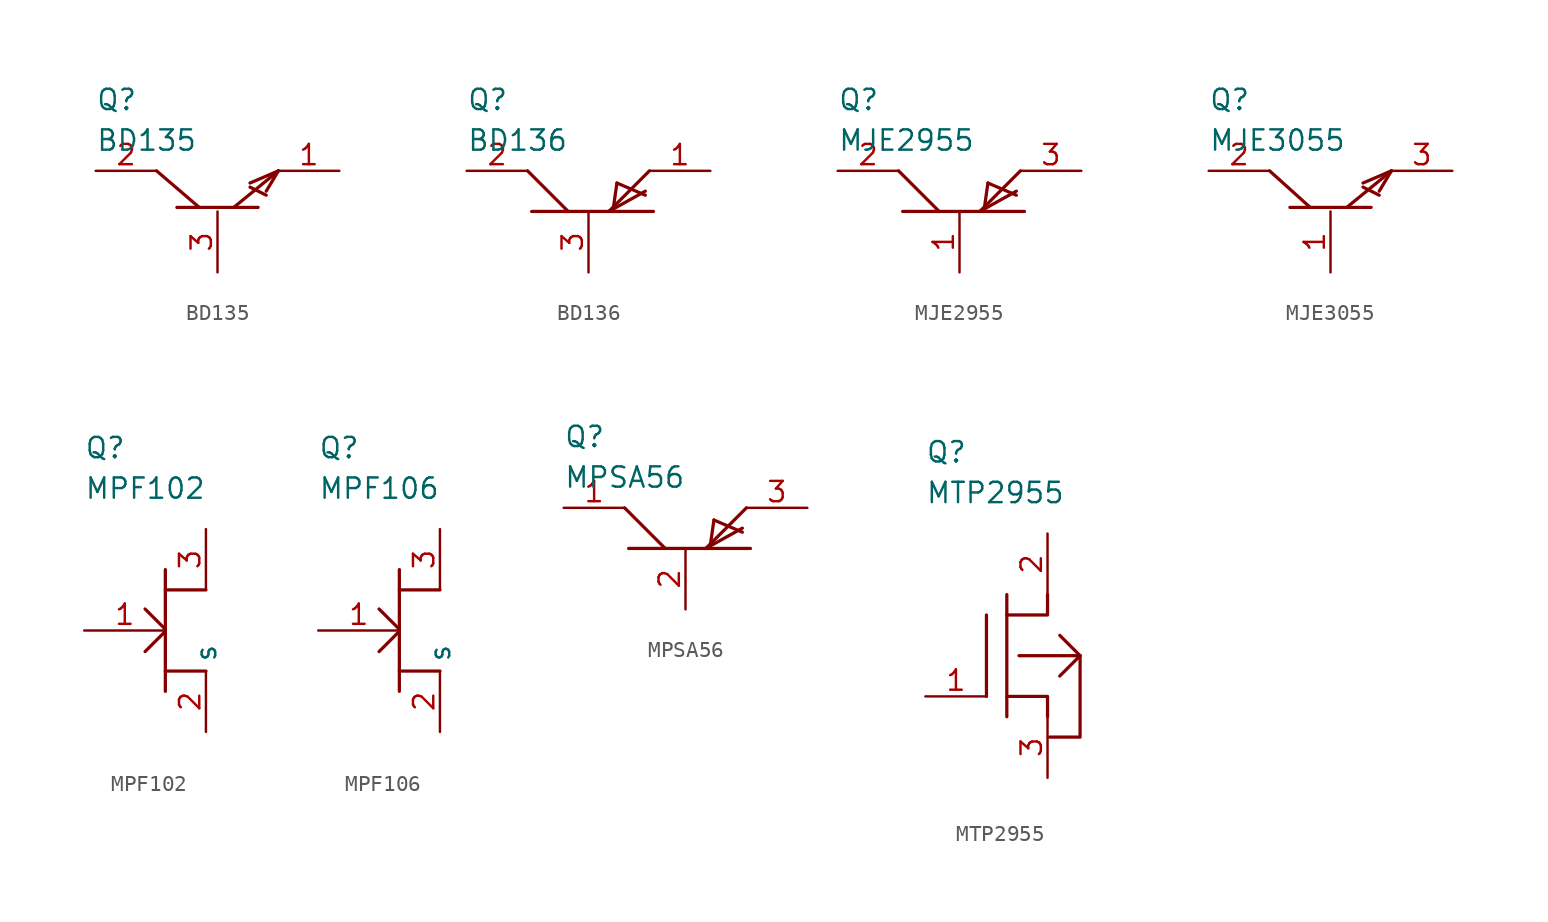
<source format=kicad_sym>
(kicad_symbol_lib
  (version 20211014)
  (generator kicad_symbol_editor)
  (symbol "BD135"
    (property "Reference" "Q"
      (at -7.62 8.255 0)
      (effects (font (size 1.27 1.27)) (justify left)))
    (property "Value" "BD135"
      (at -7.62 5.715 0)
      (effects (font (size 1.27 1.27)) (justify left)))
    (property "ki_locked" ""
      (at 0 0 0)
      (effects (font (size 1.27 1.27))))
    (symbol "BD135_0_0"
      (polyline (pts (xy -2.54 1.524) (xy 2.54 1.524)) (stroke (width 0.203) (type default) (color 0 0 0 0)) (fill (type none)))
      (polyline (pts (xy -1.143 1.524) (xy -3.81 3.81)) (stroke (width 0.203) (type default) (color 0 0 0 0)) (fill (type none)))
      (polyline (pts (xy 1.016 1.524) (xy 3.81 3.81)) (stroke (width 0.203) (type default) (color 0 0 0 0)) (fill (type none)))
      (polyline (pts (xy 2.032 2.794) (xy 3.048 2.286)) (stroke (width 0.203) (type default) (color 0 0 0 0)) (fill (type none)))
      (polyline (pts (xy 2.032 3.048) (xy 3.81 3.81)) (stroke (width 0.203) (type default) (color 0 0 0 0)) (fill (type none)))
      (polyline (pts (xy 3.048 2.54) (xy 3.81 3.81)) (stroke (width 0.203) (type default) (color 0 0 0 0)) (fill (type none))))
    (symbol "BD135_1_0"
      (pin unspecified line (at 7.62 3.81 180) (length 3.81) (name "~" (effects (font (size 1.27 1.27)))) (number "1" (effects (font (size 1.27 1.27)))))
      (pin unspecified line (at -7.62 3.81 0) (length 3.81) (name "~" (effects (font (size 1.27 1.27)))) (number "2" (effects (font (size 1.27 1.27)))))
      (pin unspecified line (at 0 -2.54 90) (length 3.81) (name "~" (effects (font (size 1.27 1.27)))) (number "3" (effects (font (size 1.27 1.27)))))))
  (symbol "BD136"
    (property "Reference" "Q"
      (at -7.62 8.255 0)
      (effects (font (size 1.27 1.27)) (justify left)))
    (property "Value" "BD136"
      (at -7.62 5.715 0)
      (effects (font (size 1.27 1.27)) (justify left)))
    (property "ki_locked" ""
      (at 0 0 0)
      (effects (font (size 1.27 1.27))))
    (symbol "BD136_0_0"
      (polyline (pts (xy -3.556 1.27) (xy 4.064 1.27)) (stroke (width 0.203) (type default) (color 0 0 0 0)) (fill (type none)))
      (polyline (pts (xy -1.27 1.27) (xy -3.81 3.81)) (stroke (width 0.203) (type default) (color 0 0 0 0)) (fill (type none)))
      (polyline (pts (xy 1.27 1.27) (xy 3.81 3.81)) (stroke (width 0.203) (type default) (color 0 0 0 0)) (fill (type none)))
      (polyline (pts (xy 1.778 3.048) (xy 1.524 1.27)) (stroke (width 0.203) (type default) (color 0 0 0 0)) (fill (type none)))
      (polyline (pts (xy 1.778 3.048) (xy 3.556 2.286)) (stroke (width 0.203) (type default) (color 0 0 0 0)) (fill (type none)))
      (polyline (pts (xy 3.556 2.54) (xy 1.27 1.27)) (stroke (width 0.203) (type default) (color 0 0 0 0)) (fill (type none))))
    (symbol "BD136_1_0"
      (pin unspecified line (at 7.62 3.81 180) (length 3.81) (name "~" (effects (font (size 1.27 1.27)))) (number "1" (effects (font (size 1.27 1.27)))))
      (pin unspecified line (at -7.62 3.81 0) (length 3.81) (name "~" (effects (font (size 1.27 1.27)))) (number "2" (effects (font (size 1.27 1.27)))))
      (pin unspecified line (at 0 -2.54 90) (length 3.81) (name "~" (effects (font (size 1.27 1.27)))) (number "3" (effects (font (size 1.27 1.27)))))))
  (symbol "MJE2955"
    (property "Reference" "Q"
      (at -7.62 8.255 0)
      (effects (font (size 1.27 1.27)) (justify left)))
    (property "Value" "MJE2955"
      (at -7.62 5.715 0)
      (effects (font (size 1.27 1.27)) (justify left)))
    (property "ki_locked" ""
      (at 0 0 0)
      (effects (font (size 1.27 1.27))))
    (symbol "MJE2955_0_0"
      (polyline (pts (xy -3.556 1.27) (xy 4.064 1.27)) (stroke (width 0.203) (type default) (color 0 0 0 0)) (fill (type none)))
      (polyline (pts (xy -1.27 1.27) (xy -3.81 3.81)) (stroke (width 0.203) (type default) (color 0 0 0 0)) (fill (type none)))
      (polyline (pts (xy 1.27 1.27) (xy 3.81 3.81)) (stroke (width 0.203) (type default) (color 0 0 0 0)) (fill (type none)))
      (polyline (pts (xy 1.778 3.048) (xy 1.524 1.27)) (stroke (width 0.203) (type default) (color 0 0 0 0)) (fill (type none)))
      (polyline (pts (xy 1.778 3.048) (xy 3.556 2.286)) (stroke (width 0.203) (type default) (color 0 0 0 0)) (fill (type none)))
      (polyline (pts (xy 3.556 2.54) (xy 1.27 1.27)) (stroke (width 0.203) (type default) (color 0 0 0 0)) (fill (type none))))
    (symbol "MJE2955_1_0"
      (pin unspecified line (at 0 -2.54 90) (length 3.81) (name "~" (effects (font (size 1.27 1.27)))) (number "1" (effects (font (size 1.27 1.27)))))
      (pin unspecified line (at -7.62 3.81 0) (length 3.81) (name "~" (effects (font (size 1.27 1.27)))) (number "2" (effects (font (size 1.27 1.27)))))
      (pin unspecified line (at 7.62 3.81 180) (length 3.81) (name "~" (effects (font (size 1.27 1.27)))) (number "3" (effects (font (size 1.27 1.27)))))))
  (symbol "MJE3055"
    (property "Reference" "Q"
      (at -7.62 8.255 0)
      (effects (font (size 1.27 1.27)) (justify left)))
    (property "Value" "MJE3055"
      (at -7.62 5.715 0)
      (effects (font (size 1.27 1.27)) (justify left)))
    (property "ki_locked" ""
      (at 0 0 0)
      (effects (font (size 1.27 1.27))))
    (symbol "MJE3055_0_0"
      (polyline (pts (xy -2.54 1.524) (xy 2.54 1.524)) (stroke (width 0.203) (type default) (color 0 0 0 0)) (fill (type none)))
      (polyline (pts (xy -1.27 1.524) (xy -3.81 3.81)) (stroke (width 0.203) (type default) (color 0 0 0 0)) (fill (type none)))
      (polyline (pts (xy 1.016 1.524) (xy 3.81 3.81)) (stroke (width 0.203) (type default) (color 0 0 0 0)) (fill (type none)))
      (polyline (pts (xy 2.032 2.794) (xy 3.048 2.286)) (stroke (width 0.203) (type default) (color 0 0 0 0)) (fill (type none)))
      (polyline (pts (xy 2.032 3.048) (xy 3.81 3.81)) (stroke (width 0.203) (type default) (color 0 0 0 0)) (fill (type none)))
      (polyline (pts (xy 3.048 2.54) (xy 3.81 3.81)) (stroke (width 0.203) (type default) (color 0 0 0 0)) (fill (type none))))
    (symbol "MJE3055_1_0"
      (pin unspecified line (at 0 -2.54 90) (length 3.81) (name "~" (effects (font (size 1.27 1.27)))) (number "1" (effects (font (size 1.27 1.27)))))
      (pin unspecified line (at -7.62 3.81 0) (length 3.81) (name "~" (effects (font (size 1.27 1.27)))) (number "2" (effects (font (size 1.27 1.27)))))
      (pin unspecified line (at 7.62 3.81 180) (length 3.81) (name "~" (effects (font (size 1.27 1.27)))) (number "3" (effects (font (size 1.27 1.27)))))))
  (symbol "MPF102"
    (property "Reference" "Q"
      (at -3.81 11.43 0)
      (effects (font (size 1.27 1.27)) (justify left)))
    (property "Value" "MPF102"
      (at -3.81 8.89 0)
      (effects (font (size 1.27 1.27)) (justify left)))
    (property "ki_locked" ""
      (at 0 0 0)
      (effects (font (size 1.27 1.27))))
    (symbol "MPF102_0_0"
      (polyline (pts (xy 0 -1.321) (xy 1.27 -0.051)) (stroke (width 0.203) (type default) (color 0 0 0 0)) (fill (type none)))
      (polyline (pts (xy 0 1.346) (xy 1.27 0.076)) (stroke (width 0.203) (type default) (color 0 0 0 0)) (fill (type none)))
      (polyline (pts (xy 1.27 3.81) (xy 1.27 -3.81)) (stroke (width 0.203) (type default) (color 0 0 0 0)) (fill (type none)))
      (polyline (pts (xy 3.81 -2.54) (xy 1.27 -2.54)) (stroke (width 0.203) (type default) (color 0 0 0 0)) (fill (type none)))
      (polyline (pts (xy 3.81 2.54) (xy 1.27 2.54)) (stroke (width 0.203) (type default) (color 0 0 0 0)) (fill (type none))))
    (symbol "MPF102_1_0"
      (pin unspecified line (at -3.81 0 0) (length 5.08) (name "~" (effects (font (size 1.27 1.27)))) (number "1" (effects (font (size 1.27 1.27)))))
      (pin unspecified line (at 3.81 -6.35 90) (length 3.81) (name "s" (effects (font (size 1.27 1.27)))) (number "2" (effects (font (size 1.27 1.27)))))
      (pin unspecified line (at 3.81 6.35 270) (length 3.81) (name "~" (effects (font (size 1.27 1.27)))) (number "3" (effects (font (size 1.27 1.27)))))))
  (symbol "MPF106"
    (property "Reference" "Q"
      (at -3.81 11.43 0)
      (effects (font (size 1.27 1.27)) (justify left)))
    (property "Value" "MPF106"
      (at -3.81 8.89 0)
      (effects (font (size 1.27 1.27)) (justify left)))
    (property "ki_locked" ""
      (at 0 0 0)
      (effects (font (size 1.27 1.27))))
    (symbol "MPF106_0_0"
      (polyline (pts (xy 0 -1.321) (xy 1.27 -0.051)) (stroke (width 0.203) (type default) (color 0 0 0 0)) (fill (type none)))
      (polyline (pts (xy 0 1.346) (xy 1.27 0.076)) (stroke (width 0.203) (type default) (color 0 0 0 0)) (fill (type none)))
      (polyline (pts (xy 1.27 3.81) (xy 1.27 -3.81)) (stroke (width 0.203) (type default) (color 0 0 0 0)) (fill (type none)))
      (polyline (pts (xy 3.81 -2.54) (xy 1.27 -2.54)) (stroke (width 0.203) (type default) (color 0 0 0 0)) (fill (type none)))
      (polyline (pts (xy 3.81 2.54) (xy 1.27 2.54)) (stroke (width 0.203) (type default) (color 0 0 0 0)) (fill (type none))))
    (symbol "MPF106_1_0"
      (pin unspecified line (at -3.81 0 0) (length 5.08) (name "~" (effects (font (size 1.27 1.27)))) (number "1" (effects (font (size 1.27 1.27)))))
      (pin unspecified line (at 3.81 -6.35 90) (length 3.81) (name "s" (effects (font (size 1.27 1.27)))) (number "2" (effects (font (size 1.27 1.27)))))
      (pin unspecified line (at 3.81 6.35 270) (length 3.81) (name "~" (effects (font (size 1.27 1.27)))) (number "3" (effects (font (size 1.27 1.27)))))))
  (symbol "MPSA56"
    (property "Reference" "Q"
      (at -7.62 8.255 0)
      (effects (font (size 1.27 1.27)) (justify left)))
    (property "Value" "MPSA56"
      (at -7.62 5.715 0)
      (effects (font (size 1.27 1.27)) (justify left)))
    (property "ki_locked" ""
      (at 0 0 0)
      (effects (font (size 1.27 1.27))))
    (symbol "MPSA56_0_0"
      (polyline (pts (xy -3.556 1.27) (xy 4.064 1.27)) (stroke (width 0.203) (type default) (color 0 0 0 0)) (fill (type none)))
      (polyline (pts (xy -1.27 1.27) (xy -3.81 3.81)) (stroke (width 0.203) (type default) (color 0 0 0 0)) (fill (type none)))
      (polyline (pts (xy 1.27 1.27) (xy 3.81 3.81)) (stroke (width 0.203) (type default) (color 0 0 0 0)) (fill (type none)))
      (polyline (pts (xy 1.778 3.048) (xy 1.524 1.27)) (stroke (width 0.203) (type default) (color 0 0 0 0)) (fill (type none)))
      (polyline (pts (xy 1.778 3.048) (xy 3.556 2.286)) (stroke (width 0.203) (type default) (color 0 0 0 0)) (fill (type none)))
      (polyline (pts (xy 3.556 2.54) (xy 1.27 1.27)) (stroke (width 0.203) (type default) (color 0 0 0 0)) (fill (type none))))
    (symbol "MPSA56_1_0"
      (pin unspecified line (at -7.62 3.81 0) (length 3.81) (name "~" (effects (font (size 1.27 1.27)))) (number "1" (effects (font (size 1.27 1.27)))))
      (pin unspecified line (at 0 -2.54 90) (length 3.81) (name "~" (effects (font (size 1.27 1.27)))) (number "2" (effects (font (size 1.27 1.27)))))
      (pin unspecified line (at 7.62 3.81 180) (length 3.81) (name "~" (effects (font (size 1.27 1.27)))) (number "3" (effects (font (size 1.27 1.27)))))))
  (symbol "MTP2955"
    (property "Reference" "Q"
      (at -5.08 12.7 0)
      (effects (font (size 1.27 1.27)) (justify left)))
    (property "Value" "MTP2955"
      (at -5.08 10.16 0)
      (effects (font (size 1.27 1.27)) (justify left)))
    (property "ki_locked" ""
      (at 0 0 0)
      (effects (font (size 1.27 1.27))))
    (symbol "MTP2955_0_0"
      (polyline (pts (xy -1.27 2.54) (xy -1.27 -2.54)) (stroke (width 0.203) (type default) (color 0 0 0 0)) (fill (type none)))
      (polyline (pts (xy 0 3.81) (xy 0 -3.81)) (stroke (width 0.203) (type default) (color 0 0 0 0)) (fill (type none)))
      (polyline (pts (xy 3.302 -1.27) (xy 4.572 0)) (stroke (width 0.203) (type default) (color 0 0 0 0)) (fill (type none)))
      (polyline (pts (xy 3.302 1.27) (xy 4.572 0)) (stroke (width 0.203) (type default) (color 0 0 0 0)) (fill (type none)))
      (polyline (pts (xy 0 2.54) (xy 2.54 2.54) (xy 2.54 3.81)) (stroke (width 0.203) (type default) (color 0 0 0 0)) (fill (type none)))
      (polyline (pts (xy 2.54 -3.81) (xy 2.54 -2.54) (xy 0 -2.54)) (stroke (width 0.203) (type default) (color 0 0 0 0)) (fill (type none)))
      (polyline (pts (xy 0.762 0) (xy 4.572 0) (xy 4.572 -5.08) (xy 2.667 -5.08)) (stroke (width 0.203) (type default) (color 0 0 0 0)) (fill (type none))))
    (symbol "MTP2955_1_0"
      (pin unspecified line (at -5.08 -2.54 0) (length 3.81) (name "~" (effects (font (size 1.27 1.27)))) (number "1" (effects (font (size 1.27 1.27)))))
      (pin unspecified line (at 2.54 7.62 270) (length 3.81) (name "~" (effects (font (size 1.27 1.27)))) (number "2" (effects (font (size 1.27 1.27)))))
      (pin unspecified line (at 2.54 -7.62 90) (length 3.81) (name "~" (effects (font (size 1.27 1.27)))) (number "3" (effects (font (size 1.27 1.27))))))))
</source>
